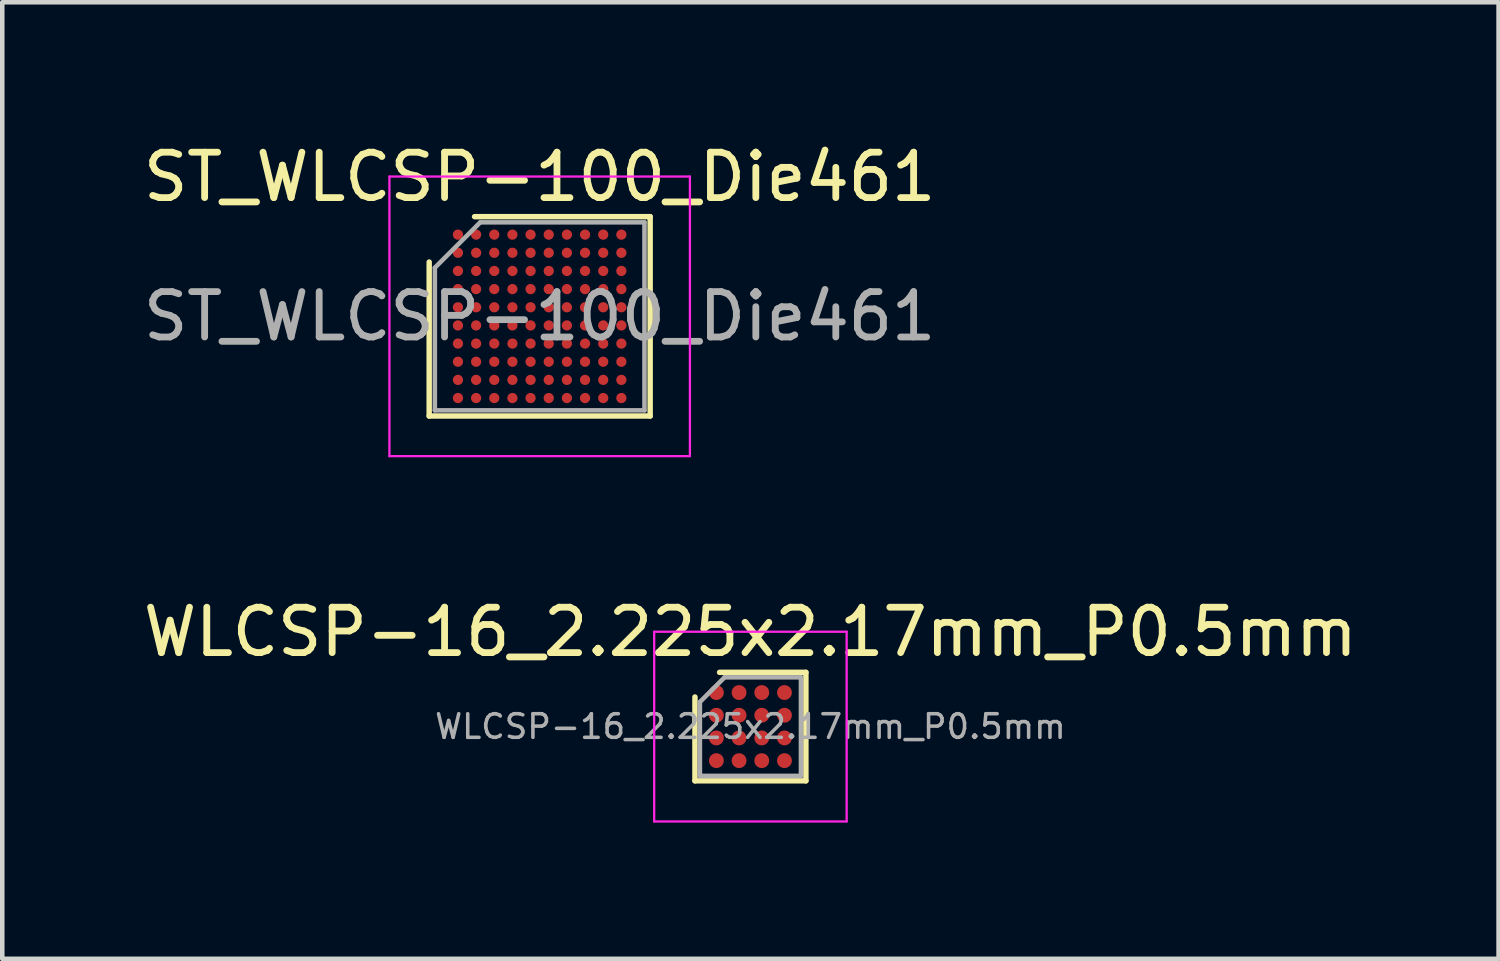
<source format=kicad_pcb>
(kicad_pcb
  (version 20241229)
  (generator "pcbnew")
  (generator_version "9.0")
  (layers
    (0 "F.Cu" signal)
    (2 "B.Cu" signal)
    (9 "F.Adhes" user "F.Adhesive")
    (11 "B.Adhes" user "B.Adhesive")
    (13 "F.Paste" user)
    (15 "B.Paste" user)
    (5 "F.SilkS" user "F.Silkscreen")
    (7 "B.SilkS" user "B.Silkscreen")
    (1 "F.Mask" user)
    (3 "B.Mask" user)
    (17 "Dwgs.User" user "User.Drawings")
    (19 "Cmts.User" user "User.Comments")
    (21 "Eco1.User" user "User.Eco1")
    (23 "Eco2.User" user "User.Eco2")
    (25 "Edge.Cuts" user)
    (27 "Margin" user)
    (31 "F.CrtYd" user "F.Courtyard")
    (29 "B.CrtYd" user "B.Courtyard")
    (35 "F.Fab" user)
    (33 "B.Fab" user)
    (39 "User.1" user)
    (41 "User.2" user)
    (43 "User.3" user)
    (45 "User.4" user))
  (footprint "ST_WLCSP-100_Die461"
    (layer "F.Cu")
    (at 8.839 3.919)
    (property "Reference" "ST_WLCSP-100_Die461" (at 0 -3.071 0) (layer "F.SilkS") (effects (font (size 1 1) (thickness 0.15))))
    (attr smd)
    (fp_line (start -2.434 2.196) (end -2.434 -1.196) (stroke (width 0.12) (type solid)) (layer "F.SilkS"))
    (fp_line (start -1.434 -2.196) (end 2.434 -2.196) (stroke (width 0.12) (type solid)) (layer "F.SilkS"))
    (fp_line (start 2.434 -2.196) (end 2.434 2.196) (stroke (width 0.12) (type solid)) (layer "F.SilkS"))
    (fp_line (start 2.434 2.196) (end -2.434 2.196) (stroke (width 0.12) (type solid)) (layer "F.SilkS"))
    (fp_line (start -3.31 -3.08) (end -3.31 3.08) (stroke (width 0.05) (type solid)) (layer "F.CrtYd"))
    (fp_line (start -3.31 3.08) (end 3.31 3.08) (stroke (width 0.05) (type solid)) (layer "F.CrtYd"))
    (fp_line (start 3.31 -3.08) (end -3.31 -3.08) (stroke (width 0.05) (type solid)) (layer "F.CrtYd"))
    (fp_line (start 3.31 3.08) (end 3.31 -3.08) (stroke (width 0.05) (type solid)) (layer "F.CrtYd"))
    (fp_line (start -2.309 -1.071) (end -1.309 -2.071) (stroke (width 0.1) (type solid)) (layer "F.Fab"))
    (fp_line (start -2.309 2.071) (end -2.309 -1.071) (stroke (width 0.1) (type solid)) (layer "F.Fab"))
    (fp_line (start -1.309 -2.071) (end 2.309 -2.071) (stroke (width 0.1) (type solid)) (layer "F.Fab"))
    (fp_line (start 2.309 -2.071) (end 2.309 2.071) (stroke (width 0.1) (type solid)) (layer "F.Fab"))
    (fp_line (start 2.309 2.071) (end -2.309 2.071) (stroke (width 0.1) (type solid)) (layer "F.Fab"))
    (fp_text user "${REFERENCE}" (at 0 0 0) (layer "F.Fab") (effects (font (size 1 1) (thickness 0.15))))
    (pad "A1" smd circle (at -1.8 -1.8) (size 0.225 0.225) (layers "F.Cu" "F.Mask" "F.Paste"))
    (pad "A2" smd circle (at -1.4 -1.8) (size 0.225 0.225) (layers "F.Cu" "F.Mask" "F.Paste"))
    (pad "A3" smd circle (at -1 -1.8) (size 0.225 0.225) (layers "F.Cu" "F.Mask" "F.Paste"))
    (pad "A4" smd circle (at -0.6 -1.8) (size 0.225 0.225) (layers "F.Cu" "F.Mask" "F.Paste"))
    (pad "A5" smd circle (at -0.2 -1.8) (size 0.225 0.225) (layers "F.Cu" "F.Mask" "F.Paste"))
    (pad "A6" smd circle (at 0.2 -1.8) (size 0.225 0.225) (layers "F.Cu" "F.Mask" "F.Paste"))
    (pad "A7" smd circle (at 0.6 -1.8) (size 0.225 0.225) (layers "F.Cu" "F.Mask" "F.Paste"))
    (pad "A8" smd circle (at 1 -1.8) (size 0.225 0.225) (layers "F.Cu" "F.Mask" "F.Paste"))
    (pad "A9" smd circle (at 1.4 -1.8) (size 0.225 0.225) (layers "F.Cu" "F.Mask" "F.Paste"))
    (pad "A10" smd circle (at 1.8 -1.8) (size 0.225 0.225) (layers "F.Cu" "F.Mask" "F.Paste"))
    (pad "B1" smd circle (at -1.8 -1.4) (size 0.225 0.225) (layers "F.Cu" "F.Mask" "F.Paste"))
    (pad "B2" smd circle (at -1.4 -1.4) (size 0.225 0.225) (layers "F.Cu" "F.Mask" "F.Paste"))
    (pad "B3" smd circle (at -1 -1.4) (size 0.225 0.225) (layers "F.Cu" "F.Mask" "F.Paste"))
    (pad "B4" smd circle (at -0.6 -1.4) (size 0.225 0.225) (layers "F.Cu" "F.Mask" "F.Paste"))
    (pad "B5" smd circle (at -0.2 -1.4) (size 0.225 0.225) (layers "F.Cu" "F.Mask" "F.Paste"))
    (pad "B6" smd circle (at 0.2 -1.4) (size 0.225 0.225) (layers "F.Cu" "F.Mask" "F.Paste"))
    (pad "B7" smd circle (at 0.6 -1.4) (size 0.225 0.225) (layers "F.Cu" "F.Mask" "F.Paste"))
    (pad "B8" smd circle (at 1 -1.4) (size 0.225 0.225) (layers "F.Cu" "F.Mask" "F.Paste"))
    (pad "B9" smd circle (at 1.4 -1.4) (size 0.225 0.225) (layers "F.Cu" "F.Mask" "F.Paste"))
    (pad "B10" smd circle (at 1.8 -1.4) (size 0.225 0.225) (layers "F.Cu" "F.Mask" "F.Paste"))
    (pad "C1" smd circle (at -1.8 -1) (size 0.225 0.225) (layers "F.Cu" "F.Mask" "F.Paste"))
    (pad "C2" smd circle (at -1.4 -1) (size 0.225 0.225) (layers "F.Cu" "F.Mask" "F.Paste"))
    (pad "C3" smd circle (at -1 -1) (size 0.225 0.225) (layers "F.Cu" "F.Mask" "F.Paste"))
    (pad "C4" smd circle (at -0.6 -1) (size 0.225 0.225) (layers "F.Cu" "F.Mask" "F.Paste"))
    (pad "C5" smd circle (at -0.2 -1) (size 0.225 0.225) (layers "F.Cu" "F.Mask" "F.Paste"))
    (pad "C6" smd circle (at 0.2 -1) (size 0.225 0.225) (layers "F.Cu" "F.Mask" "F.Paste"))
    (pad "C7" smd circle (at 0.6 -1) (size 0.225 0.225) (layers "F.Cu" "F.Mask" "F.Paste"))
    (pad "C8" smd circle (at 1 -1) (size 0.225 0.225) (layers "F.Cu" "F.Mask" "F.Paste"))
    (pad "C9" smd circle (at 1.4 -1) (size 0.225 0.225) (layers "F.Cu" "F.Mask" "F.Paste"))
    (pad "C10" smd circle (at 1.8 -1) (size 0.225 0.225) (layers "F.Cu" "F.Mask" "F.Paste"))
    (pad "D1" smd circle (at -1.8 -0.6) (size 0.225 0.225) (layers "F.Cu" "F.Mask" "F.Paste"))
    (pad "D2" smd circle (at -1.4 -0.6) (size 0.225 0.225) (layers "F.Cu" "F.Mask" "F.Paste"))
    (pad "D3" smd circle (at -1 -0.6) (size 0.225 0.225) (layers "F.Cu" "F.Mask" "F.Paste"))
    (pad "D4" smd circle (at -0.6 -0.6) (size 0.225 0.225) (layers "F.Cu" "F.Mask" "F.Paste"))
    (pad "D5" smd circle (at -0.2 -0.6) (size 0.225 0.225) (layers "F.Cu" "F.Mask" "F.Paste"))
    (pad "D6" smd circle (at 0.2 -0.6) (size 0.225 0.225) (layers "F.Cu" "F.Mask" "F.Paste"))
    (pad "D7" smd circle (at 0.6 -0.6) (size 0.225 0.225) (layers "F.Cu" "F.Mask" "F.Paste"))
    (pad "D8" smd circle (at 1 -0.6) (size 0.225 0.225) (layers "F.Cu" "F.Mask" "F.Paste"))
    (pad "D9" smd circle (at 1.4 -0.6) (size 0.225 0.225) (layers "F.Cu" "F.Mask" "F.Paste"))
    (pad "D10" smd circle (at 1.8 -0.6) (size 0.225 0.225) (layers "F.Cu" "F.Mask" "F.Paste"))
    (pad "E1" smd circle (at -1.8 -0.2) (size 0.225 0.225) (layers "F.Cu" "F.Mask" "F.Paste"))
    (pad "E2" smd circle (at -1.4 -0.2) (size 0.225 0.225) (layers "F.Cu" "F.Mask" "F.Paste"))
    (pad "E3" smd circle (at -1 -0.2) (size 0.225 0.225) (layers "F.Cu" "F.Mask" "F.Paste"))
    (pad "E4" smd circle (at -0.6 -0.2) (size 0.225 0.225) (layers "F.Cu" "F.Mask" "F.Paste"))
    (pad "E5" smd circle (at -0.2 -0.2) (size 0.225 0.225) (layers "F.Cu" "F.Mask" "F.Paste"))
    (pad "E6" smd circle (at 0.2 -0.2) (size 0.225 0.225) (layers "F.Cu" "F.Mask" "F.Paste"))
    (pad "E7" smd circle (at 0.6 -0.2) (size 0.225 0.225) (layers "F.Cu" "F.Mask" "F.Paste"))
    (pad "E8" smd circle (at 1 -0.2) (size 0.225 0.225) (layers "F.Cu" "F.Mask" "F.Paste"))
    (pad "E9" smd circle (at 1.4 -0.2) (size 0.225 0.225) (layers "F.Cu" "F.Mask" "F.Paste"))
    (pad "E10" smd circle (at 1.8 -0.2) (size 0.225 0.225) (layers "F.Cu" "F.Mask" "F.Paste"))
    (pad "F1" smd circle (at -1.8 0.2) (size 0.225 0.225) (layers "F.Cu" "F.Mask" "F.Paste"))
    (pad "F2" smd circle (at -1.4 0.2) (size 0.225 0.225) (layers "F.Cu" "F.Mask" "F.Paste"))
    (pad "F3" smd circle (at -1 0.2) (size 0.225 0.225) (layers "F.Cu" "F.Mask" "F.Paste"))
    (pad "F4" smd circle (at -0.6 0.2) (size 0.225 0.225) (layers "F.Cu" "F.Mask" "F.Paste"))
    (pad "F5" smd circle (at -0.2 0.2) (size 0.225 0.225) (layers "F.Cu" "F.Mask" "F.Paste"))
    (pad "F6" smd circle (at 0.2 0.2) (size 0.225 0.225) (layers "F.Cu" "F.Mask" "F.Paste"))
    (pad "F7" smd circle (at 0.6 0.2) (size 0.225 0.225) (layers "F.Cu" "F.Mask" "F.Paste"))
    (pad "F8" smd circle (at 1 0.2) (size 0.225 0.225) (layers "F.Cu" "F.Mask" "F.Paste"))
    (pad "F9" smd circle (at 1.4 0.2) (size 0.225 0.225) (layers "F.Cu" "F.Mask" "F.Paste"))
    (pad "F10" smd circle (at 1.8 0.2) (size 0.225 0.225) (layers "F.Cu" "F.Mask" "F.Paste"))
    (pad "G1" smd circle (at -1.8 0.6) (size 0.225 0.225) (layers "F.Cu" "F.Mask" "F.Paste"))
    (pad "G2" smd circle (at -1.4 0.6) (size 0.225 0.225) (layers "F.Cu" "F.Mask" "F.Paste"))
    (pad "G3" smd circle (at -1 0.6) (size 0.225 0.225) (layers "F.Cu" "F.Mask" "F.Paste"))
    (pad "G4" smd circle (at -0.6 0.6) (size 0.225 0.225) (layers "F.Cu" "F.Mask" "F.Paste"))
    (pad "G5" smd circle (at -0.2 0.6) (size 0.225 0.225) (layers "F.Cu" "F.Mask" "F.Paste"))
    (pad "G6" smd circle (at 0.2 0.6) (size 0.225 0.225) (layers "F.Cu" "F.Mask" "F.Paste"))
    (pad "G7" smd circle (at 0.6 0.6) (size 0.225 0.225) (layers "F.Cu" "F.Mask" "F.Paste"))
    (pad "G8" smd circle (at 1 0.6) (size 0.225 0.225) (layers "F.Cu" "F.Mask" "F.Paste"))
    (pad "G9" smd circle (at 1.4 0.6) (size 0.225 0.225) (layers "F.Cu" "F.Mask" "F.Paste"))
    (pad "G10" smd circle (at 1.8 0.6) (size 0.225 0.225) (layers "F.Cu" "F.Mask" "F.Paste"))
    (pad "H1" smd circle (at -1.8 1) (size 0.225 0.225) (layers "F.Cu" "F.Mask" "F.Paste"))
    (pad "H2" smd circle (at -1.4 1) (size 0.225 0.225) (layers "F.Cu" "F.Mask" "F.Paste"))
    (pad "H3" smd circle (at -1 1) (size 0.225 0.225) (layers "F.Cu" "F.Mask" "F.Paste"))
    (pad "H4" smd circle (at -0.6 1) (size 0.225 0.225) (layers "F.Cu" "F.Mask" "F.Paste"))
    (pad "H5" smd circle (at -0.2 1) (size 0.225 0.225) (layers "F.Cu" "F.Mask" "F.Paste"))
    (pad "H6" smd circle (at 0.2 1) (size 0.225 0.225) (layers "F.Cu" "F.Mask" "F.Paste"))
    (pad "H7" smd circle (at 0.6 1) (size 0.225 0.225) (layers "F.Cu" "F.Mask" "F.Paste"))
    (pad "H8" smd circle (at 1 1) (size 0.225 0.225) (layers "F.Cu" "F.Mask" "F.Paste"))
    (pad "H9" smd circle (at 1.4 1) (size 0.225 0.225) (layers "F.Cu" "F.Mask" "F.Paste"))
    (pad "H10" smd circle (at 1.8 1) (size 0.225 0.225) (layers "F.Cu" "F.Mask" "F.Paste"))
    (pad "J1" smd circle (at -1.8 1.4) (size 0.225 0.225) (layers "F.Cu" "F.Mask" "F.Paste"))
    (pad "J2" smd circle (at -1.4 1.4) (size 0.225 0.225) (layers "F.Cu" "F.Mask" "F.Paste"))
    (pad "J3" smd circle (at -1 1.4) (size 0.225 0.225) (layers "F.Cu" "F.Mask" "F.Paste"))
    (pad "J4" smd circle (at -0.6 1.4) (size 0.225 0.225) (layers "F.Cu" "F.Mask" "F.Paste"))
    (pad "J5" smd circle (at -0.2 1.4) (size 0.225 0.225) (layers "F.Cu" "F.Mask" "F.Paste"))
    (pad "J6" smd circle (at 0.2 1.4) (size 0.225 0.225) (layers "F.Cu" "F.Mask" "F.Paste"))
    (pad "J7" smd circle (at 0.6 1.4) (size 0.225 0.225) (layers "F.Cu" "F.Mask" "F.Paste"))
    (pad "J8" smd circle (at 1 1.4) (size 0.225 0.225) (layers "F.Cu" "F.Mask" "F.Paste"))
    (pad "J9" smd circle (at 1.4 1.4) (size 0.225 0.225) (layers "F.Cu" "F.Mask" "F.Paste"))
    (pad "J10" smd circle (at 1.8 1.4) (size 0.225 0.225) (layers "F.Cu" "F.Mask" "F.Paste"))
    (pad "K1" smd circle (at -1.8 1.8) (size 0.225 0.225) (layers "F.Cu" "F.Mask" "F.Paste"))
    (pad "K2" smd circle (at -1.4 1.8) (size 0.225 0.225) (layers "F.Cu" "F.Mask" "F.Paste"))
    (pad "K3" smd circle (at -1 1.8) (size 0.225 0.225) (layers "F.Cu" "F.Mask" "F.Paste"))
    (pad "K4" smd circle (at -0.6 1.8) (size 0.225 0.225) (layers "F.Cu" "F.Mask" "F.Paste"))
    (pad "K5" smd circle (at -0.2 1.8) (size 0.225 0.225) (layers "F.Cu" "F.Mask" "F.Paste"))
    (pad "K6" smd circle (at 0.2 1.8) (size 0.225 0.225) (layers "F.Cu" "F.Mask" "F.Paste"))
    (pad "K7" smd circle (at 0.6 1.8) (size 0.225 0.225) (layers "F.Cu" "F.Mask" "F.Paste"))
    (pad "K8" smd circle (at 1 1.8) (size 0.225 0.225) (layers "F.Cu" "F.Mask" "F.Paste"))
    (pad "K9" smd circle (at 1.4 1.8) (size 0.225 0.225) (layers "F.Cu" "F.Mask" "F.Paste"))
    (pad "K10" smd circle (at 1.8 1.8) (size 0.225 0.225) (layers "F.Cu" "F.Mask" "F.Paste")))
  (footprint "WLCSP-16_2.225x2.17mm_P0.5mm"
    (layer "F.Cu")
    (at 13.482 12.957)
    (property "Reference" "WLCSP-16_2.225x2.17mm_P0.5mm" (at 0 -2.085 0) (layer "F.SilkS") (effects (font (size 1 1) (thickness 0.15))))
    (attr smd)
    (fp_line (start -1.222 1.195) (end -1.222 -0.652) (stroke (width 0.12) (type solid)) (layer "F.SilkS"))
    (fp_line (start -0.68 -1.195) (end 1.222 -1.195) (stroke (width 0.12) (type solid)) (layer "F.SilkS"))
    (fp_line (start 1.222 -1.195) (end 1.222 1.195) (stroke (width 0.12) (type solid)) (layer "F.SilkS"))
    (fp_line (start 1.222 1.195) (end -1.222 1.195) (stroke (width 0.12) (type solid)) (layer "F.SilkS"))
    (fp_line (start -2.12 -2.09) (end -2.12 2.09) (stroke (width 0.05) (type solid)) (layer "F.CrtYd"))
    (fp_line (start -2.12 2.09) (end 2.12 2.09) (stroke (width 0.05) (type solid)) (layer "F.CrtYd"))
    (fp_line (start 2.12 -2.09) (end -2.12 -2.09) (stroke (width 0.05) (type solid)) (layer "F.CrtYd"))
    (fp_line (start 2.12 2.09) (end 2.12 -2.09) (stroke (width 0.05) (type solid)) (layer "F.CrtYd"))
    (fp_line (start -1.113 -0.542) (end -0.57 -1.085) (stroke (width 0.1) (type solid)) (layer "F.Fab"))
    (fp_line (start -1.113 1.085) (end -1.113 -0.542) (stroke (width 0.1) (type solid)) (layer "F.Fab"))
    (fp_line (start -0.57 -1.085) (end 1.113 -1.085) (stroke (width 0.1) (type solid)) (layer "F.Fab"))
    (fp_line (start 1.113 -1.085) (end 1.113 1.085) (stroke (width 0.1) (type solid)) (layer "F.Fab"))
    (fp_line (start 1.113 1.085) (end -1.113 1.085) (stroke (width 0.1) (type solid)) (layer "F.Fab"))
    (fp_text user "${REFERENCE}" (at 0 0 0) (layer "F.Fab") (effects (font (size 0.52 0.52) (thickness 0.078))))
    (pad "A1" smd circle (at -0.75 -0.75) (size 0.327 0.327) (layers "F.Cu" "F.Mask" "F.Paste"))
    (pad "A2" smd circle (at -0.25 -0.75) (size 0.327 0.327) (layers "F.Cu" "F.Mask" "F.Paste"))
    (pad "A3" smd circle (at 0.25 -0.75) (size 0.327 0.327) (layers "F.Cu" "F.Mask" "F.Paste"))
    (pad "A4" smd circle (at 0.75 -0.75) (size 0.327 0.327) (layers "F.Cu" "F.Mask" "F.Paste"))
    (pad "B1" smd circle (at -0.75 -0.25) (size 0.327 0.327) (layers "F.Cu" "F.Mask" "F.Paste"))
    (pad "B2" smd circle (at -0.25 -0.25) (size 0.327 0.327) (layers "F.Cu" "F.Mask" "F.Paste"))
    (pad "B3" smd circle (at 0.25 -0.25) (size 0.327 0.327) (layers "F.Cu" "F.Mask" "F.Paste"))
    (pad "B4" smd circle (at 0.75 -0.25) (size 0.327 0.327) (layers "F.Cu" "F.Mask" "F.Paste"))
    (pad "C1" smd circle (at -0.75 0.25) (size 0.327 0.327) (layers "F.Cu" "F.Mask" "F.Paste"))
    (pad "C2" smd circle (at -0.25 0.25) (size 0.327 0.327) (layers "F.Cu" "F.Mask" "F.Paste"))
    (pad "C3" smd circle (at 0.25 0.25) (size 0.327 0.327) (layers "F.Cu" "F.Mask" "F.Paste"))
    (pad "C4" smd circle (at 0.75 0.25) (size 0.327 0.327) (layers "F.Cu" "F.Mask" "F.Paste"))
    (pad "D1" smd circle (at -0.75 0.75) (size 0.327 0.327) (layers "F.Cu" "F.Mask" "F.Paste"))
    (pad "D2" smd circle (at -0.25 0.75) (size 0.327 0.327) (layers "F.Cu" "F.Mask" "F.Paste"))
    (pad "D3" smd circle (at 0.25 0.75) (size 0.327 0.327) (layers "F.Cu" "F.Mask" "F.Paste"))
    (pad "D4" smd circle (at 0.75 0.75) (size 0.327 0.327) (layers "F.Cu" "F.Mask" "F.Paste")))
  (gr_rect
    (start -3 -3)
    (end 29.964 18.073)
    (stroke (width 0.1) (type default))
    (fill no)
    (layer "Edge.Cuts")))
</source>
